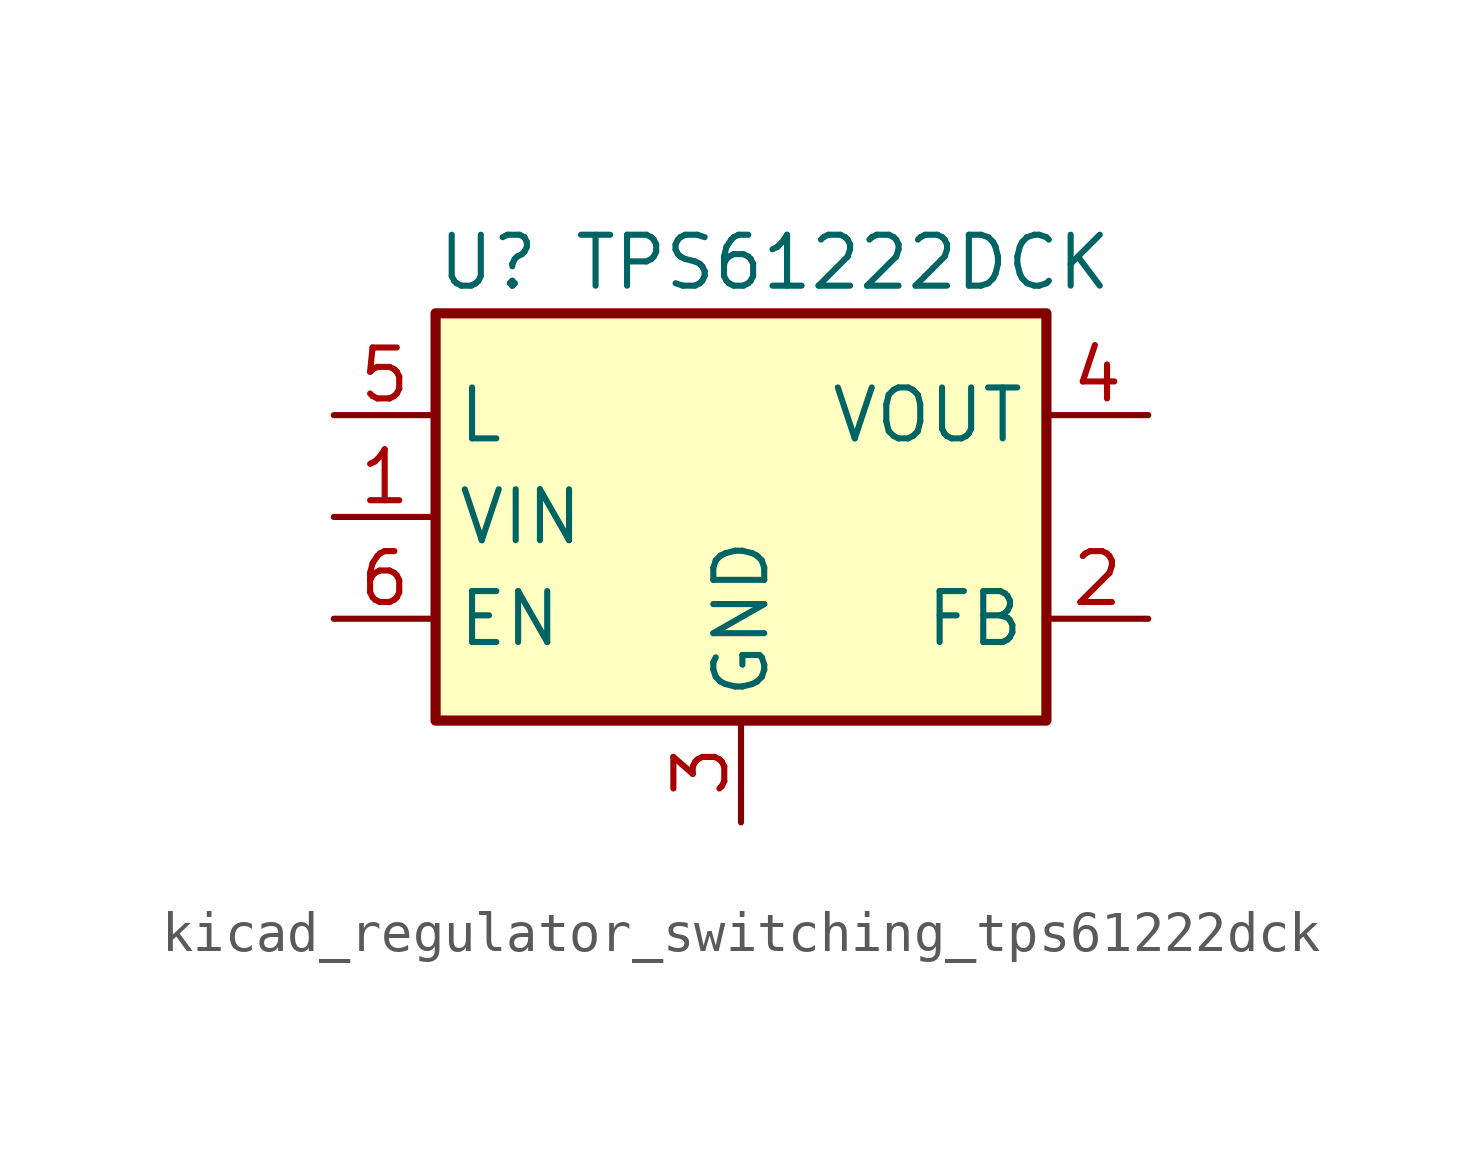
<source format=kicad_sym>
(kicad_symbol_lib
  (version 20220914)
  (generator kicad_symbol_editor)
  (symbol "kicad_regulator_switching_tps61222dck"
    (property "Reference" "U"
      (at -7.62 6.35 0)
      (effects (font (size 1.27 1.27)) (justify left)))
    (property "Value" "TPS61222DCK"
      (at 2.54 6.35 0)
      (effects (font (size 1.27 1.27))))
    (symbol "kicad_regulator_switching_tps61222dck_0_1"
      (rectangle (start -7.62 5.08) (end 7.62 -5.08) (stroke (width 0.254) (type default)) (fill (type background))))
    (symbol "kicad_regulator_switching_tps61222dck_1_1"
      (pin power_in line (at -10.16 0 0) (length 2.54) (name "VIN" (effects (font (size 1.27 1.27)))) (number "1" (effects (font (size 1.27 1.27)))))
      (pin input line (at 10.16 -2.54 180) (length 2.54) (name "FB" (effects (font (size 1.27 1.27)))) (number "2" (effects (font (size 1.27 1.27)))))
      (pin power_in line (at 0 -7.62 90) (length 2.54) (name "GND" (effects (font (size 1.27 1.27)))) (number "3" (effects (font (size 1.27 1.27)))))
      (pin power_out line (at 10.16 2.54 180) (length 2.54) (name "VOUT" (effects (font (size 1.27 1.27)))) (number "4" (effects (font (size 1.27 1.27)))))
      (pin power_in line (at -10.16 2.54 0) (length 2.54) (name "L" (effects (font (size 1.27 1.27)))) (number "5" (effects (font (size 1.27 1.27)))))
      (pin input line (at -10.16 -2.54 0) (length 2.54) (name "EN" (effects (font (size 1.27 1.27)))) (number "6" (effects (font (size 1.27 1.27))))))))
</source>
